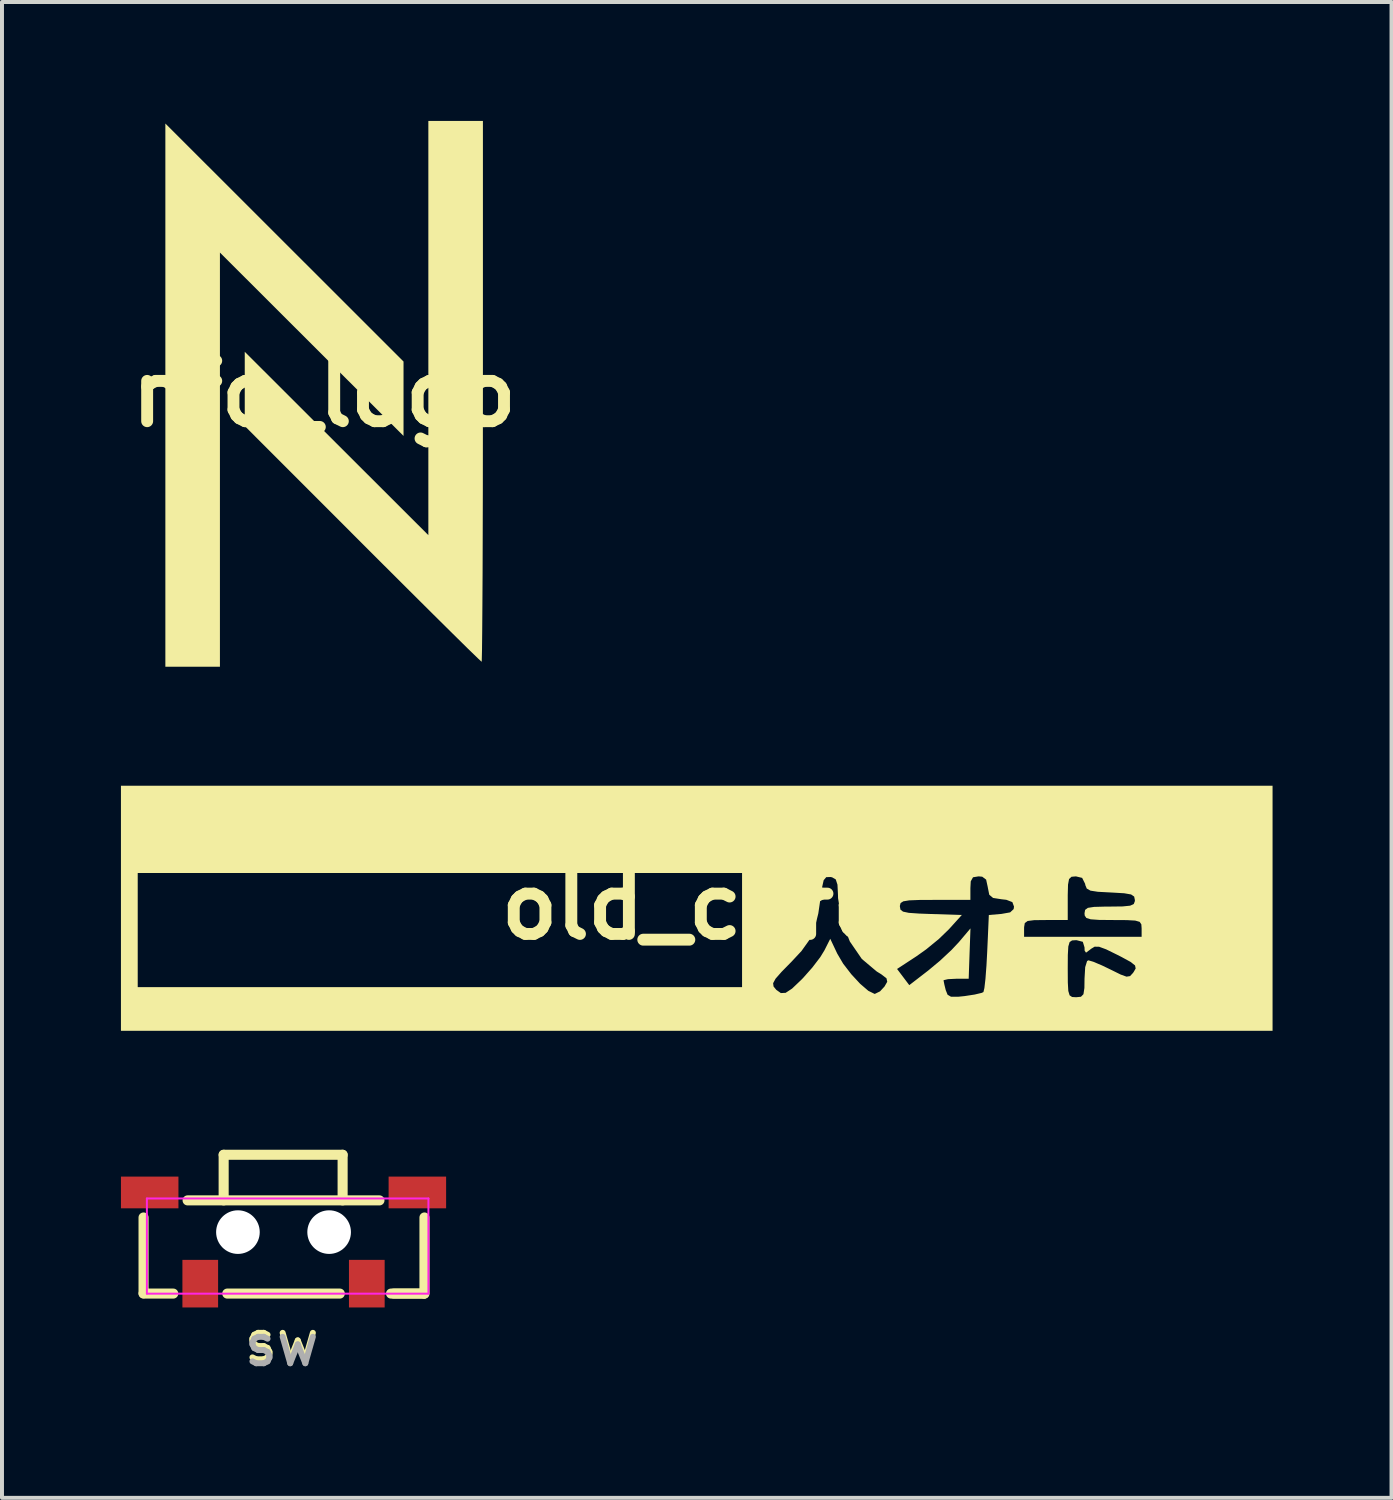
<source format=kicad_pcb>
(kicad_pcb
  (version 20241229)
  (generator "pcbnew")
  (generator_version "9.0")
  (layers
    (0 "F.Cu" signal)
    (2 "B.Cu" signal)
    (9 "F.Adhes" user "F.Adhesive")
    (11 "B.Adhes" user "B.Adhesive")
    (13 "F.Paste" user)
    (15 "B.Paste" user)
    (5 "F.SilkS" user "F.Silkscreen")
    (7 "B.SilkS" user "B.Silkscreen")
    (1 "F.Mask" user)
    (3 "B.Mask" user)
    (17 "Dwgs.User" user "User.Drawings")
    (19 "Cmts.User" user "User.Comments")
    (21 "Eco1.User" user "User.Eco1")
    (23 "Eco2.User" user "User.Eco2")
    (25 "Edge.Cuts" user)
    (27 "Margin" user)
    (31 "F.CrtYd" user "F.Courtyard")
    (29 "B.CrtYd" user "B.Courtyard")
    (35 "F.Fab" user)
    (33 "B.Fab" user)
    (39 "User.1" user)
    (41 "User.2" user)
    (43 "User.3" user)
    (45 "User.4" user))
  (footprint "sw"
    (layer "F.Cu")
    (at 4.054 28.373)
    (property "Reference" "sw" (at 0 2.4 0) (unlocked yes) (layer "F.SilkS") (effects (font (size 1 1) (thickness 0.15))))
    (attr smd)
    (fp_line (start -3.484 1.19) (end -3.484 -0.721) (stroke (width 0.254) (type solid)) (layer "F.SilkS"))
    (fp_line (start -2.735 1.198) (end -3.484 1.198) (stroke (width 0.254) (type solid)) (layer "F.SilkS"))
    (fp_line (start -1.464 -2.302) (end -1.464 -1.152) (stroke (width 0.254) (type solid)) (layer "F.SilkS"))
    (fp_line (start 1.465 1.198) (end -1.373 1.198) (stroke (width 0.254) (type solid)) (layer "F.SilkS"))
    (fp_line (start 1.536 -2.302) (end -1.464 -2.302) (stroke (width 0.254) (type solid)) (layer "F.SilkS"))
    (fp_line (start 1.536 -2.302) (end 1.536 -1.152) (stroke (width 0.254) (type solid)) (layer "F.SilkS"))
    (fp_line (start 2.465 -1.152) (end -2.373 -1.152) (stroke (width 0.254) (type solid)) (layer "F.SilkS"))
    (fp_line (start 3.586 1.198) (end 2.757 1.198) (stroke (width 0.254) (type solid)) (layer "F.SilkS"))
    (fp_line (start 3.586 1.198) (end 2.827 1.198) (stroke (width 0.254) (type solid)) (layer "F.SilkS"))
    (fp_line (start 3.6 1.2) (end 3.6 -0.721) (stroke (width 0.254) (type solid)) (layer "F.SilkS"))
    (fp_line (start -3.4 -1.2) (end -3.4 1.2) (stroke (width 0.05) (type solid)) (layer "F.CrtYd"))
    (fp_line (start -3.4 1.2) (end 3.7 1.2) (stroke (width 0.05) (type solid)) (layer "F.CrtYd"))
    (fp_line (start 3.7 -1.2) (end -3.4 -1.2) (stroke (width 0.05) (type solid)) (layer "F.CrtYd"))
    (fp_line (start 3.7 1.2) (end 3.7 -1.2) (stroke (width 0.05) (type solid)) (layer "F.CrtYd"))
    (fp_text user "${REFERENCE}" (at 0 2.5 0) (unlocked yes) (layer "F.Fab") (effects (font (size 1 1) (thickness 0.15))))
    (pad "" smd rect (at -3.329 -1.352 180) (size 1.45 0.8) (layers "F.Cu" "F.Mask" "F.Paste"))
    (pad "" np_thru_hole circle (at -1.104 -0.352 180) (size 1.1 1.1) (drill 1.1) (layers "*.Cu" "*.Mask"))
    (pad "" np_thru_hole circle (at 1.196 -0.352 180) (size 1.1 1.1) (drill 1.1) (layers "*.Cu" "*.Mask"))
    (pad "" smd rect (at 3.421 -1.352 180) (size 1.45 0.8) (layers "F.Cu" "F.Mask" "F.Paste"))
    (pad "1" smd rect (at 2.146 0.948 180) (size 0.9 1.2) (layers "F.Cu" "F.Mask" "F.Paste"))
    (pad "2" smd rect (at -2.054 0.948 180) (size 0.9 1.2) (layers "F.Cu" "F.Mask" "F.Paste")))
  (footprint "old_card"
    (layer "F.Cu")
    (at 14.478 19.812)
    (property "Reference" "old_card" (at 0 0 0) (layer "F.SilkS") (effects (font (size 1.524 1.524) (thickness 0.3))))
    (attr board_only exclude_from_pos_files exclude_from_bom)
    (fp_poly (pts (xy 14.563 3.133) (xy -14.478 3.133) (xy -14.478 2.032) (xy -14.055 2.032) (xy 1.185 2.032) (xy 1.185 1.932) (xy 1.968 1.932) (xy 1.979 2.015) (xy 2.047 2.098) (xy 2.049 2.1) (xy 2.163 2.181) (xy 2.284 2.175) (xy 2.446 2.068) (xy 2.679 1.846) (xy 2.725 1.799) (xy 2.956 1.538) (xy 3.158 1.274) (xy 3.262 1.104) (xy 3.409 0.812) (xy 3.585 1.185) (xy 3.734 1.439) (xy 3.939 1.705) (xy 4.162 1.946) (xy 4.369 2.124) (xy 4.525 2.201) (xy 4.535 2.201) (xy 4.664 2.138) (xy 4.777 2.016) (xy 4.846 1.896) (xy 4.827 1.808) (xy 4.694 1.706) (xy 4.583 1.638) (xy 4.505 1.573) (xy 5.094 1.573) (xy 5.402 1.981) (xy 5.88 1.612) (xy 6.178 1.364) (xy 6.467 1.094) (xy 6.652 0.897) (xy 6.945 0.55) (xy 6.922 1.185) (xy 6.9 1.82) (xy 6.583 1.82) (xy 6.379 1.83) (xy 6.271 1.855) (xy 6.266 1.863) (xy 6.287 1.968) (xy 6.321 2.106) (xy 6.368 2.223) (xy 6.455 2.274) (xy 6.632 2.274) (xy 6.797 2.257) (xy 7.051 2.218) (xy 7.228 2.176) (xy 7.272 2.155) (xy 7.296 2.054) (xy 7.323 1.821) (xy 7.342 1.566) (xy 9.398 1.566) (xy 9.4 1.915) (xy 9.412 2.128) (xy 9.445 2.238) (xy 9.508 2.28) (xy 9.61 2.286) (xy 9.731 2.274) (xy 9.794 2.21) (xy 9.818 2.053) (xy 9.821 1.82) (xy 9.838 1.527) (xy 9.886 1.373) (xy 9.919 1.355) (xy 10.042 1.391) (xy 10.262 1.484) (xy 10.476 1.587) (xy 10.731 1.713) (xy 10.88 1.767) (xy 10.969 1.753) (xy 11.04 1.677) (xy 11.058 1.653) (xy 11.111 1.561) (xy 11.095 1.484) (xy 10.984 1.396) (xy 10.753 1.27) (xy 10.649 1.217) (xy 10.366 1.078) (xy 10.189 1.013) (xy 10.076 1.011) (xy 9.985 1.066) (xy 9.97 1.079) (xy 9.859 1.162) (xy 9.824 1.111) (xy 9.821 1.029) (xy 9.778 0.888) (xy 9.619 0.847) (xy 9.61 0.847) (xy 9.507 0.853) (xy 9.445 0.895) (xy 9.412 1.007) (xy 9.4 1.221) (xy 9.398 1.566) (xy 7.342 1.566) (xy 7.348 1.491) (xy 7.366 1.157) (xy 7.384 0.762) (xy 8.297 0.762) (xy 11.261 0.762) (xy 11.261 0.55) (xy 11.254 0.448) (xy 11.212 0.385) (xy 11.101 0.353) (xy 10.887 0.341) (xy 10.541 0.339) (xy 10.191 0.336) (xy 9.977 0.321) (xy 9.867 0.287) (xy 9.826 0.226) (xy 9.821 0.169) (xy 9.836 0.083) (xy 9.905 0.032) (xy 10.062 0.008) (xy 10.342 0.000265) (xy 10.456 0) (xy 10.781 -0.004) (xy 10.972 -0.023) (xy 11.063 -0.065) (xy 11.091 -0.139) (xy 11.091 -0.166) (xy 11.073 -0.253) (xy 10.995 -0.306) (xy 10.821 -0.336) (xy 10.517 -0.354) (xy 10.477 -0.356) (xy 10.159 -0.373) (xy 9.971 -0.402) (xy 9.878 -0.454) (xy 9.841 -0.542) (xy 9.837 -0.572) (xy 9.761 -0.724) (xy 9.604 -0.762) (xy 9.493 -0.752) (xy 9.431 -0.695) (xy 9.405 -0.554) (xy 9.398 -0.29) (xy 9.398 -0.212) (xy 9.398 0.339) (xy 8.848 0.339) (xy 8.552 0.342) (xy 8.387 0.363) (xy 8.315 0.416) (xy 8.298 0.516) (xy 8.297 0.55) (xy 8.297 0.762) (xy 7.384 0.762) (xy 7.408 0.212) (xy 7.726 0.185) (xy 7.945 0.146) (xy 8.034 0.063) (xy 8.043 0) (xy 8.001 -0.113) (xy 7.85 -0.171) (xy 7.726 -0.185) (xy 7.515 -0.218) (xy 7.419 -0.299) (xy 7.383 -0.478) (xy 7.382 -0.487) (xy 7.34 -0.68) (xy 7.241 -0.754) (xy 7.149 -0.762) (xy 7.009 -0.739) (xy 6.952 -0.637) (xy 6.943 -0.466) (xy 6.943 -0.169) (xy 6.054 -0.169) (xy 5.657 -0.167) (xy 5.399 -0.157) (xy 5.252 -0.133) (xy 5.183 -0.089) (xy 5.165 -0.021) (xy 5.165 -0.003) (xy 5.179 0.076) (xy 5.244 0.127) (xy 5.39 0.158) (xy 5.649 0.176) (xy 5.946 0.187) (xy 6.727 0.212) (xy 6.402 0.571) (xy 6.149 0.816) (xy 5.829 1.078) (xy 5.586 1.251) (xy 5.094 1.573) (xy 4.505 1.573) (xy 4.205 1.32) (xy 3.903 0.88) (xy 3.697 0.357) (xy 3.606 -0.213) (xy 3.604 -0.296) (xy 3.591 -0.553) (xy 3.548 -0.685) (xy 3.456 -0.738) (xy 3.416 -0.746) (xy 3.308 -0.742) (xy 3.243 -0.665) (xy 3.201 -0.477) (xy 3.18 -0.322) (xy 3.108 0.172) (xy 3.016 0.544) (xy 2.881 0.844) (xy 2.684 1.12) (xy 2.439 1.383) (xy 2.182 1.645) (xy 2.03 1.818) (xy 1.968 1.932) (xy 1.185 1.932) (xy 1.185 -0.847) (xy -14.055 -0.847) (xy -14.055 2.032) (xy -14.478 2.032) (xy -14.478 -3.048) (xy 14.563 -3.048)) (stroke (width 0) (type solid)) (fill yes) (layer "F.SilkS")))
  (footprint "nfc_logo"
    (layer "F.Cu")
    (at 5.124 6.882)
    (property "Reference" "nfc_logo" (at 0 0 0) (layer "F.SilkS") (effects (font (size 1.524 1.524) (thickness 0.3))))
    (attr board_only exclude_from_pos_files exclude_from_bom)
    (fp_poly (pts (xy -1.001 -3.816) (xy 2.002 -0.815) (xy 2.002 1.061) (xy -0.313 -1.251) (xy -2.628 -3.563) (xy -2.628 6.882) (xy -4.004 6.882) (xy -4.004 -6.817)) (stroke (width 0) (type solid)) (fill yes) (layer "F.SilkS"))
    (fp_poly (pts (xy 4.004 -0.063) (xy 4.003 1.218) (xy 4.002 2.419) (xy 3.999 3.52) (xy 3.996 4.498) (xy 3.991 5.328) (xy 3.986 5.99) (xy 3.981 6.46) (xy 3.975 6.716) (xy 3.972 6.757) (xy 3.879 6.671) (xy 3.63 6.43) (xy 3.246 6.051) (xy 2.747 5.557) (xy 2.155 4.968) (xy 1.489 4.304) (xy 0.969 3.784) (xy -2.002 0.811) (xy -2.002 -1.061) (xy 0.313 1.251) (xy 2.628 3.563) (xy 2.628 -6.882) (xy 4.004 -6.882)) (stroke (width 0) (type solid)) (fill yes) (layer "F.SilkS")))
  (gr_rect
    (start -3 -3)
    (end 32.041 34.722)
    (stroke (width 0.1) (type default))
    (fill no)
    (layer "Edge.Cuts")))
</source>
